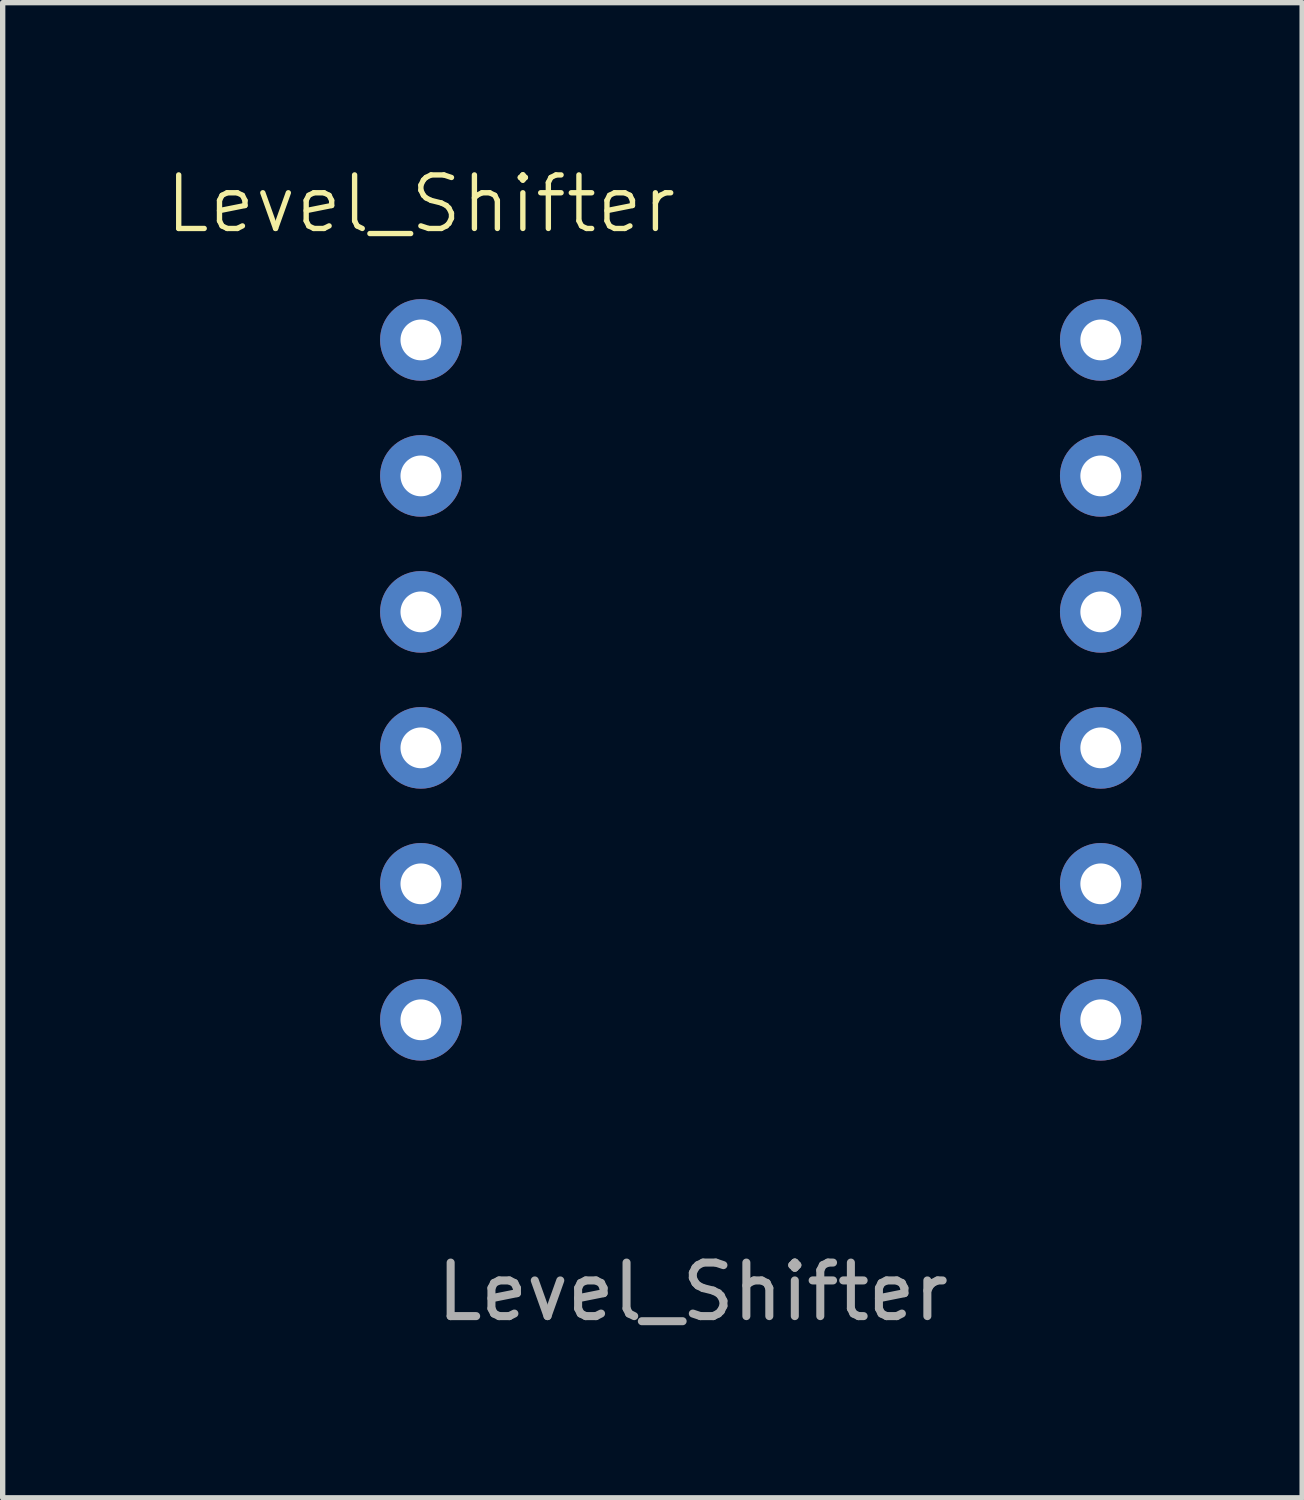
<source format=kicad_pcb>
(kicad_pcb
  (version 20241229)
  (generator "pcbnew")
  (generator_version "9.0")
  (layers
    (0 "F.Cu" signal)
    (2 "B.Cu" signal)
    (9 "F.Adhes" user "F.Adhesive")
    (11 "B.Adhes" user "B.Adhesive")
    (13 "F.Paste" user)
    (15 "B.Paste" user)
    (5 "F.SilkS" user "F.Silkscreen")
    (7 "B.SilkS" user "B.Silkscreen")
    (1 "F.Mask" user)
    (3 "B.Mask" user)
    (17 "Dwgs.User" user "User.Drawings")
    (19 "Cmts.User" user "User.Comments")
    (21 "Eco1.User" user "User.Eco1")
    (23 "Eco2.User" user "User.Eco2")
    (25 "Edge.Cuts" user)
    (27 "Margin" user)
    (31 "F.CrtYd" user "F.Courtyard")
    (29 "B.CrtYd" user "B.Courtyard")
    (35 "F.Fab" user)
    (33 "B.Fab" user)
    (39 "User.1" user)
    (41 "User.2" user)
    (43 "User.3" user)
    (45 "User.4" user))
  (footprint "Level_Shifter"
    (layer "F.Cu")
    (at 4.812 3.3)
    (property "Reference" "Level_Shifter" (at 0 -2.54 0) (unlocked yes) (layer "F.SilkS") (effects (font (size 1 1) (thickness 0.1))))
    (attr through_hole)
    (fp_text user "${REFERENCE}" (at 5.08 17.78 0) (unlocked yes) (layer "F.Fab") (effects (font (size 1 1) (thickness 0.15))))
    (pad "1" thru_hole circle (at 12.7 12.7) (size 1.524 1.524) (drill 0.762) (layers "*.Cu" "*.Mask"))
    (pad "2" thru_hole circle (at 12.7 10.16) (size 1.524 1.524) (drill 0.762) (layers "*.Cu" "*.Mask"))
    (pad "3" thru_hole circle (at 12.7 7.62) (size 1.524 1.524) (drill 0.762) (layers "*.Cu" "*.Mask"))
    (pad "4" thru_hole circle (at 12.7 5.08) (size 1.524 1.524) (drill 0.762) (layers "*.Cu" "*.Mask"))
    (pad "5" thru_hole circle (at 12.7 2.54) (size 1.524 1.524) (drill 0.762) (layers "*.Cu" "*.Mask"))
    (pad "6" thru_hole circle (at 12.7 0) (size 1.524 1.524) (drill 0.762) (layers "*.Cu" "*.Mask"))
    (pad "7" thru_hole circle (at 0 12.7) (size 1.524 1.524) (drill 0.762) (layers "*.Cu" "*.Mask"))
    (pad "8" thru_hole circle (at 0 10.16) (size 1.524 1.524) (drill 0.762) (layers "*.Cu" "*.Mask"))
    (pad "9" thru_hole circle (at 0 7.62) (size 1.524 1.524) (drill 0.762) (layers "*.Cu" "*.Mask"))
    (pad "10" thru_hole circle (at 0 5.08) (size 1.524 1.524) (drill 0.762) (layers "*.Cu" "*.Mask"))
    (pad "11" thru_hole circle (at 0 2.54) (size 1.524 1.524) (drill 0.762) (layers "*.Cu" "*.Mask"))
    (pad "12" thru_hole circle (at 0 0) (size 1.524 1.524) (drill 0.762) (layers "*.Cu" "*.Mask")))
  (gr_rect
    (start -3 -3)
    (end 21.274 24.929)
    (stroke (width 0.1) (type default))
    (fill no)
    (layer "Edge.Cuts")))
</source>
